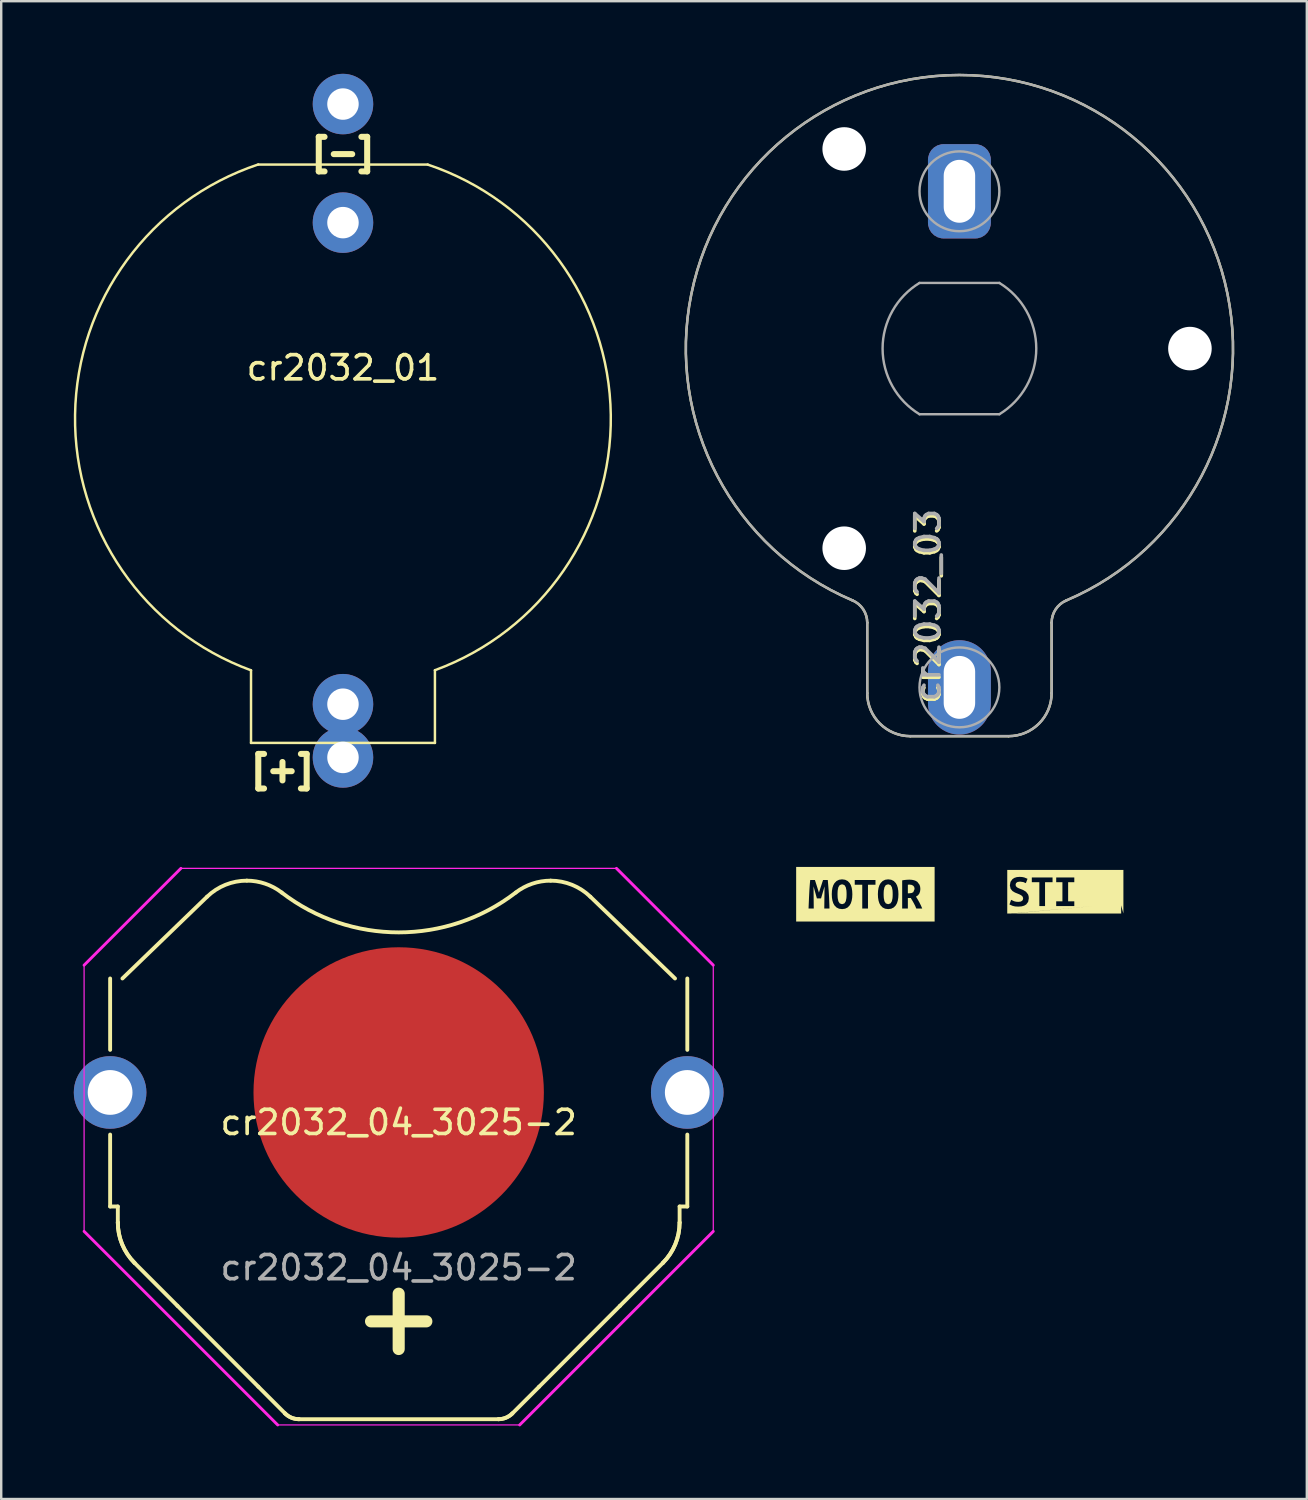
<source format=kicad_pcb>
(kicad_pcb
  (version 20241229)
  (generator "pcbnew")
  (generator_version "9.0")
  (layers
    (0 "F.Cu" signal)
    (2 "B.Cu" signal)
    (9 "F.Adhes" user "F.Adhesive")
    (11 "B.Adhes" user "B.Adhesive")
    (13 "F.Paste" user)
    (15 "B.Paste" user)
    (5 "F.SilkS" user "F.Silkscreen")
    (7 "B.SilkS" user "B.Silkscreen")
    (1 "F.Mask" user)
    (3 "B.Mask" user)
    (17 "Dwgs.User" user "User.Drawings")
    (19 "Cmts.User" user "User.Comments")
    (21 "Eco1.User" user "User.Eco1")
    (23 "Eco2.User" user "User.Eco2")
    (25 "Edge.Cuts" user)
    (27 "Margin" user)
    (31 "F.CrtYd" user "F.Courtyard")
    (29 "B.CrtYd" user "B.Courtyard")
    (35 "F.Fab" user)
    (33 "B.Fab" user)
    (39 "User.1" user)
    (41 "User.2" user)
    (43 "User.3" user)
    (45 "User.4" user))
  (footprint "cr2032_04_3025-2"
    (layer "F.Cu")
    (at 13.425 44.334)
    (property "Reference" "cr2032_04_3025-2" (at 0 -1 0) (layer "F.SilkS") (effects (font (size 1 1) (thickness 0.15))))
    (attr smd)
    (fp_line (start -11.924 -6.95) (end -11.924 -4) (stroke (width 0.16) (type solid)) (layer "F.SilkS"))
    (fp_line (start -11.924 -0.5) (end -11.924 2.473) (stroke (width 0.16) (type solid)) (layer "F.SilkS"))
    (fp_line (start -11.924 2.473) (end -11.606 2.473) (stroke (width 0.16) (type solid)) (layer "F.SilkS"))
    (fp_line (start -11.606 3.134) (end -11.606 2.473) (stroke (width 0.16) (type solid)) (layer "F.SilkS"))
    (fp_line (start -9.141 6.578) (end -10.914 4.804) (stroke (width 0.16) (type solid)) (layer "F.SilkS"))
    (fp_line (start -7.917 -10.329) (end -11.416 -6.95) (stroke (width 0.16) (type solid)) (layer "F.SilkS"))
    (fp_line (start -5.8 9.919) (end -9.141 6.578) (stroke (width 0.16) (type solid)) (layer "F.SilkS"))
    (fp_line (start -4.695 11.024) (end -5.8 9.919) (stroke (width 0.16) (type solid)) (layer "F.SilkS"))
    (fp_line (start 4.128 11.262) (end -4.122 11.262) (stroke (width 0.16) (type solid)) (layer "F.SilkS"))
    (fp_line (start 5.803 9.919) (end 4.698 11.024) (stroke (width 0.16) (type solid)) (layer "F.SilkS"))
    (fp_line (start 5.803 9.919) (end 9.144 6.578) (stroke (width 0.16) (type solid)) (layer "F.SilkS"))
    (fp_line (start 10.917 4.804) (end 9.144 6.578) (stroke (width 0.16) (type solid)) (layer "F.SilkS"))
    (fp_line (start 11.419 -6.95) (end 7.92 -10.329) (stroke (width 0.16) (type solid)) (layer "F.SilkS"))
    (fp_line (start 11.609 2.473) (end 11.609 3.134) (stroke (width 0.16) (type solid)) (layer "F.SilkS"))
    (fp_line (start 11.927 -4) (end 11.927 -6.95) (stroke (width 0.16) (type solid)) (layer "F.SilkS"))
    (fp_line (start 11.927 2.473) (end 11.609 2.473) (stroke (width 0.16) (type solid)) (layer "F.SilkS"))
    (fp_line (start 11.927 2.473) (end 11.927 -0.5) (stroke (width 0.16) (type solid)) (layer "F.SilkS"))
    (fp_arc (start -10.914186 4.804186) (mid -11.426203 4.037898) (end -11.606 3.134) (stroke (width 0.16) (type solid)) (layer "F.SilkS"))
    (fp_arc (start -10.914186 4.804186) (mid -11.426203 4.037898) (end -11.606 3.134) (stroke (width 0.16) (type solid)) (layer "F.SilkS"))
    (fp_arc (start -7.916842 -10.329023) (mid -7.160859 -10.819992) (end -6.276 -10.992) (stroke (width 0.16) (type solid)) (layer "F.SilkS"))
    (fp_arc (start -6.275306 -10.992203) (mid -5.513989 -10.865921) (end -4.834 -10.501) (stroke (width 0.16) (type solid)) (layer "F.SilkS"))
    (fp_arc (start -4.12 11.262173) (mid -4.431188 11.200274) (end -4.695 11.024) (stroke (width 0.16) (type solid)) (layer "F.SilkS"))
    (fp_arc (start -4.12 11.262173) (mid -4.431188 11.200274) (end -4.695 11.024) (stroke (width 0.16) (type solid)) (layer "F.SilkS"))
    (fp_arc (start 4.697878 11.023878) (mid 4.434122 11.200114) (end 4.123 11.262) (stroke (width 0.16) (type solid)) (layer "F.SilkS"))
    (fp_arc (start 4.697878 11.023878) (mid 4.434122 11.200114) (end 4.123 11.262) (stroke (width 0.16) (type solid)) (layer "F.SilkS"))
    (fp_arc (start 4.837674 -10.501262) (mid 5.517711 -10.865952) (end 6.279 -10.992) (stroke (width 0.16) (type solid)) (layer "F.SilkS"))
    (fp_arc (start 4.838444 -10.501342) (mid 0.00228 -8.854551) (end -4.834 -10.501) (stroke (width 0.16) (type solid)) (layer "F.SilkS"))
    (fp_arc (start 6.27913 -10.992093) (mid 7.164014 -10.82003) (end 7.92 -10.329) (stroke (width 0.16) (type solid)) (layer "F.SilkS"))
    (fp_arc (start 11.608737 3.134) (mid 11.42896 4.037798) (end 10.917 4.804) (stroke (width 0.16) (type solid)) (layer "F.SilkS"))
    (fp_arc (start 11.608737 3.134) (mid 11.42896 4.037798) (end 10.917 4.804) (stroke (width 0.16) (type solid)) (layer "F.SilkS"))
    (fp_line (start -13 3.5) (end -13 -7.5) (stroke (width 0.05) (type solid)) (layer "F.CrtYd"))
    (fp_line (start -13 3.5) (end -5 11.5) (stroke (width 0.12) (type solid)) (layer "F.CrtYd"))
    (fp_line (start -9 -11.5) (end -13 -7.5) (stroke (width 0.12) (type solid)) (layer "F.CrtYd"))
    (fp_line (start -9 -11.5) (end 9 -11.5) (stroke (width 0.05) (type solid)) (layer "F.CrtYd"))
    (fp_line (start 5 11.5) (end -5 11.5) (stroke (width 0.05) (type solid)) (layer "F.CrtYd"))
    (fp_line (start 9 -11.5) (end 13 -7.5) (stroke (width 0.12) (type solid)) (layer "F.CrtYd"))
    (fp_line (start 13 -7.5) (end 13 3.5) (stroke (width 0.05) (type solid)) (layer "F.CrtYd"))
    (fp_line (start 13 3.5) (end 5 11.5) (stroke (width 0.12) (type solid)) (layer "F.CrtYd"))
    (fp_text user "+" (at 0 7 0) (layer "F.SilkS") (effects (font (size 3 3) (thickness 0.5))))
    (fp_text user "${REFERENCE}" (at 0 5 0) (layer "F.Fab") (effects (font (size 1 1) (thickness 0.15))))
    (pad "1" smd circle (at 0 -2.24) (size 12 12) (layers "F.Cu" "F.Mask" "F.Paste"))
    (pad "2" thru_hole circle (at -11.925 -2.24) (size 3 3) (drill 1.85) (layers "*.Cu" "*.Mask"))
    (pad "2" thru_hole circle (at 11.925 -2.24) (size 3 3) (drill 1.85) (layers "*.Cu" "*.Mask")))
  (footprint "cr2032_01"
    (layer "F.Cu")
    (at 11.123 14.25)
    (property "Reference" "cr2032_01" (at 0 -2.1 0) (layer "F.SilkS") (effects (font (size 1 1) (thickness 0.15))))
    (attr through_hole)
    (fp_line (start -3.8 10.4) (end -3.8 13.4) (stroke (width 0.102) (type solid)) (layer "F.SilkS"))
    (fp_line (start -3.8 13.4) (end 3.8 13.4) (stroke (width 0.102) (type solid)) (layer "F.SilkS"))
    (fp_line (start -3.5 -10.5) (end 3.5 -10.5) (stroke (width 0.102) (type solid)) (layer "F.SilkS"))
    (fp_line (start 3.8 13.4) (end 3.8 10.4) (stroke (width 0.102) (type solid)) (layer "F.SilkS"))
    (fp_arc (start -3.8 10.4) (mid -11.071359 -0.158129) (end -3.50143 -10.504284) (stroke (width 0.1016) (type solid)) (layer "F.SilkS"))
    (fp_arc (start 3.5 -10.5) (mid 11.066843 -0.158065) (end 3.79845 10.395758) (stroke (width 0.1016) (type solid)) (layer "F.SilkS"))
    (fp_text user "[+]" (at -2.5 14.5 0) (layer "F.SilkS") (effects (font (size 1 1) (thickness 0.25))))
    (fp_text user "[-]" (at 0 -11 0) (layer "F.SilkS") (effects (font (size 1 1) (thickness 0.25))))
    (pad "1" thru_hole circle (at 0 -13) (size 2.5 2.5) (drill 1.3) (layers "*.Cu" "*.Mask"))
    (pad "1" thru_hole circle (at 0 -8.1) (size 2.5 2.5) (drill 1.3) (layers "*.Cu" "*.Mask"))
    (pad "2" thru_hole circle (at 0 11.8) (size 2.5 2.5) (drill 1.3) (layers "*.Cu" "*.Mask"))
    (pad "2" thru_hole circle (at 0 14) (size 2.5 2.5) (drill 1.3) (layers "*.Cu" "*.Mask")))
  (footprint "cr2032_03"
    (layer "F.Cu")
    (at 36.597 11.355)
    (property "Reference" "cr2032_03" (at -1.3 10.7 90) (layer "F.SilkS") (effects (font (size 1 1) (thickness 0.15))))
    (attr smd)
    (fp_line (start -3.81 11.326) (end -3.81 14.236) (stroke (width 0.1) (type solid)) (layer "F.SilkS"))
    (fp_line (start -2.03 16.016) (end 2.03 16.016) (stroke (width 0.1) (type solid)) (layer "F.SilkS"))
    (fp_line (start 3.81 11.326) (end 3.81 14.236) (stroke (width 0.1) (type solid)) (layer "F.SilkS"))
    (fp_arc (start -4.419269 10.405495) (mid -3.976114 10.774063) (end -3.81 11.326) (stroke (width 0.1) (type solid)) (layer "F.SilkS"))
    (fp_arc (start -4.415755 10.407378) (mid -0.001763 -11.305415) (end 4.419 10.406) (stroke (width 0.1) (type solid)) (layer "F.SilkS"))
    (fp_arc (start -2.03 16.016) (mid -3.28865 15.49465) (end -3.81 14.236) (stroke (width 0.1) (type solid)) (layer "F.SilkS"))
    (fp_arc (start 3.81 14.236) (mid 3.28865 15.49465) (end 2.03 16.016) (stroke (width 0.1) (type solid)) (layer "F.SilkS"))
    (fp_arc (start 3.81036 11.326445) (mid 3.976169 10.774633) (end 4.419 10.406) (stroke (width 0.1) (type solid)) (layer "F.SilkS"))
    (fp_line (start -3.81 11.326) (end -3.81 14.236) (stroke (width 0.1) (type solid)) (layer "F.Fab"))
    (fp_line (start -2.03 16.016) (end 2.03 16.016) (stroke (width 0.1) (type solid)) (layer "F.Fab"))
    (fp_line (start -1.65 2.713) (end 1.65 2.713) (stroke (width 0.1) (type solid)) (layer "F.Fab"))
    (fp_line (start 1.65 -2.713) (end -1.65 -2.713) (stroke (width 0.1) (type solid)) (layer "F.Fab"))
    (fp_line (start 3.81 11.326) (end 3.81 14.236) (stroke (width 0.1) (type solid)) (layer "F.Fab"))
    (fp_arc (start -4.419269 10.405495) (mid -3.976114 10.774063) (end -3.81 11.326) (stroke (width 0.1) (type solid)) (layer "F.Fab"))
    (fp_arc (start -4.415755 10.407378) (mid -0.001763 -11.305415) (end 4.419 10.406) (stroke (width 0.1) (type solid)) (layer "F.Fab"))
    (fp_arc (start -2.03 16.016) (mid -3.28865 15.49465) (end -3.81 14.236) (stroke (width 0.1) (type solid)) (layer "F.Fab"))
    (fp_arc (start -1.649313 2.713417) (mid -3.175353 0.000402) (end -1.65 -2.713) (stroke (width 0.1) (type solid)) (layer "F.Fab"))
    (fp_arc (start 1.649313 -2.713417) (mid 3.175353 -0.000402) (end 1.65 2.713) (stroke (width 0.1) (type solid)) (layer "F.Fab"))
    (fp_arc (start 3.81 14.236) (mid 3.28865 15.49465) (end 2.03 16.016) (stroke (width 0.1) (type solid)) (layer "F.Fab"))
    (fp_arc (start 3.81036 11.326445) (mid 3.976169 10.774633) (end 4.419 10.406) (stroke (width 0.1) (type solid)) (layer "F.Fab"))
    (fp_circle (center -4.762 -8.249) (end -3.962 -8.249) (stroke (width 0.1) (type solid)) (fill no) (layer "F.Fab"))
    (fp_circle (center -4.762 8.249) (end -3.962 8.249) (stroke (width 0.1) (type solid)) (fill no) (layer "F.Fab"))
    (fp_circle (center 0 -6.5) (end 1.65 -6.5) (stroke (width 0.1) (type solid)) (fill no) (layer "F.Fab"))
    (fp_circle (center 0 14) (end 1.65 14) (stroke (width 0.1) (type solid)) (fill no) (layer "F.Fab"))
    (fp_circle (center 9.525 0) (end 10.325 0) (stroke (width 0.1) (type solid)) (fill no) (layer "F.Fab"))
    (fp_text user "${REFERENCE}" (at -1.3 10.6 90) (layer "F.Fab") (effects (font (size 1 1) (thickness 0.15))))
    (pad "" np_thru_hole circle (at -4.762 -8.249) (size 1.8 1.8) (drill 1.8) (layers "*.Cu" "*.Mask"))
    (pad "" np_thru_hole circle (at -4.762 8.249) (size 1.8 1.8) (drill 1.8) (layers "*.Cu" "*.Mask"))
    (pad "" np_thru_hole circle (at 9.525 0) (size 1.8 1.8) (drill 1.8) (layers "*.Cu" "*.Mask"))
    (pad "1" thru_hole oval (at 0 14) (size 2.6 3.9) (drill oval 1.3 2.6) (layers "*.Cu" "*.Mask"))
    (pad "2" thru_hole roundrect (at 0 -6.5) (size 2.6 3.9) (drill oval 1.3 2.6) (layers "*.Cu" "*.Mask") (roundrect_rratio 0.25)))
  (footprint "label_sting"
    (layer "F.Cu")
    (at 40.973 33.8)
    (property "Reference" "label_sting" (at 0 -1.026 0) (layer "F.SilkS") (effects (font (size 0.001 0.001) (thickness 0.000003))))
    (attr exclude_from_pos_files exclude_from_bom)
    (fp_poly (pts (xy -2.3 -0.9) (xy -2.184 -0.522) (xy -2.103 -0.574) (xy -2.005 -0.605) (xy -1.888 -0.615) (xy -1.786 -0.609) (xy -1.698 -0.591) (xy -1.562 -0.535) (xy -1.631 -0.354) (xy -1.736 -0.4) (xy -1.871 -0.419) (xy -1.974 -0.404) (xy -2.037 -0.359) (xy -2.057 -0.284) (xy -2.038 -0.224) (xy -1.99 -0.178) (xy -1.923 -0.143) (xy -1.85 -0.114) (xy -1.735 -0.068) (xy -1.624 0.001) (xy -1.541 0.108) (xy -1.074 0.591) (xy -1.074 -0.394) (xy -1.385 -0.394) (xy -1.385 -0.589) (xy -0.528 -0.589) (xy -0.528 -0.394) (xy -0.838 -0.394) (xy -0.838 0.591) (xy -1.074 0.591) (xy -1.541 0.108) (xy -1.517 0.18) (xy -1.509 0.269) (xy -1.536 0.416) (xy -1.616 0.525) (xy -1.701 0.575) (xy -1.809 0.605) (xy -1.943 0.615) (xy -2.075 0.607) (xy -2.177 0.584) (xy -2.309 0.526) (xy -2.24 0.335) (xy -2.117 0.392) (xy -2.038 0.412) (xy -1.943 0.419) (xy -1.845 0.407) (xy -1.783 0.372) (xy -1.752 0.323) (xy -1.743 0.267) (xy -1.764 0.202) (xy -1.817 0.151) (xy -1.89 0.111) (xy -1.97 0.078) (xy -2.08 0.034) (xy -2.184 -0.029) (xy -2.261 -0.123) (xy -2.292 -0.263) (xy -2.265 -0.411) (xy -2.184 -0.522) (xy -2.3 -0.9) (xy -2.4 -0.9) (xy -2.4 0.9) (xy -0.377 0.591) (xy -0.377 0.396) (xy -0.12 0.396) (xy -0.12 -0.394) (xy -0.377 -0.394) (xy -0.377 -0.589) (xy 0.371 -0.589) (xy 0.371 -0.394) (xy 0.116 -0.394) (xy 0.116 0.396) (xy 0.371 0.396) (xy 0.371 0.591) (xy -0.377 0.591) (xy -2.4 0.9) (xy -2.2 0.9) (xy 1.149 0.591) (xy 1.094 0.46) (xy 1.036 0.329) (xy 0.974 0.199) (xy 0.91 0.069) (xy 0.842 -0.062) (xy 0.772 -0.192) (xy 0.772 0.591) (xy 0.56 0.591) (xy 0.56 -0.589) (xy 0.749 -0.589) (xy 0.802 -0.501) (xy 0.855 -0.407) (xy 0.908 -0.309) (xy 0.959 -0.211) (xy 1.008 -0.116) (xy 1.053 -0.023) (xy 1.092 0.063) (xy 1.126 0.137) (xy 1.126 -0.589) (xy 1.337 -0.589) (xy 1.337 0.591) (xy 1.149 0.591) (xy -2.254 0.9) (xy 2.4 0.9) (xy 2.303 0.562) (xy 2.173 0.596) (xy 2.075 0.611) (xy 1.958 0.615) (xy 1.853 0.606) (xy 1.759 0.576) (xy 1.677 0.528) (xy 1.608 0.46) (xy 1.552 0.373) (xy 1.511 0.268) (xy 1.485 0.143) (xy 1.476 0) (xy 1.486 -0.142) (xy 1.516 -0.266) (xy 1.564 -0.372) (xy 1.625 -0.459) (xy 1.7 -0.527) (xy 1.787 -0.576) (xy 1.884 -0.606) (xy 1.987 -0.615) (xy 2.11 -0.605) (xy 2.204 -0.581) (xy 2.27 -0.552) (xy 2.309 -0.53) (xy 2.248 -0.343) (xy 2.145 -0.391) (xy 2.019 -0.411) (xy 1.878 -0.381) (xy 1.784 -0.296) (xy 1.731 -0.167) (xy 1.719 -0.087) (xy 1.714 0) (xy 1.722 0.129) (xy 1.744 0.232) (xy 1.781 0.311) (xy 1.864 0.386) (xy 1.977 0.411) (xy 2.023 0.41) (xy 2.069 0.404) (xy 2.069 -0.027) (xy 2.303 -0.027) (xy 2.303 0.562) (xy 2.309 0.9) (xy 2.4 0.9) (xy 2.4 -0.9) (xy 2.309 -0.9) (xy -2.309 -0.9)) (stroke (width 0) (type solid)) (fill yes) (layer "F.SilkS")))
  (footprint "label_Motor"
    (layer "F.Cu")
    (at 32.711 33.903)
    (property "Reference" "label_Motor" (at 0 -1.128 0) (layer "F.SilkS") (effects (font (size 0.001 0.001) (thickness 0.000003))))
    (attr exclude_from_pos_files exclude_from_bom)
    (fp_poly (pts (xy 2.033 -0.217) (xy 2.018 -0.298) (xy 1.975 -0.354) (xy 1.909 -0.387) (xy 1.825 -0.398) (xy 1.793 -0.397) (xy 1.755 -0.392) (xy 1.755 -0.038) (xy 1.806 -0.038) (xy 1.909 -0.05) (xy 1.979 -0.085) (xy 2.033 -0.217)) (stroke (width 0) (type solid)) (fill yes) (layer "F.SilkS"))
    (fp_poly (pts (xy -1.151 0) (xy -1.149 0.083) (xy -1.144 0.161) (xy -1.117 0.291) (xy -1.061 0.379) (xy -0.964 0.411) (xy -0.868 0.379) (xy -0.811 0.291) (xy -0.784 0.16) (xy -0.779 0.083) (xy -0.777 0) (xy -0.779 -0.083) (xy -0.784 -0.161) (xy -0.811 -0.291) (xy -0.867 -0.379) (xy -0.964 -0.411) (xy -1.061 -0.379) (xy -1.117 -0.291) (xy -1.144 -0.16) (xy -1.149 -0.083) (xy -1.151 0)) (stroke (width 0) (type solid)) (fill yes) (layer "F.SilkS"))
    (fp_poly (pts (xy 0.754 0) (xy 0.756 0.083) (xy 0.761 0.161) (xy 0.788 0.291) (xy 0.844 0.379) (xy 0.941 0.411) (xy 1.037 0.379) (xy 1.094 0.291) (xy 1.121 0.16) (xy 1.126 0.083) (xy 1.128 0) (xy 1.126 -0.083) (xy 1.121 -0.161) (xy 1.094 -0.291) (xy 1.038 -0.379) (xy 0.941 -0.411) (xy 0.844 -0.379) (xy 0.788 -0.291) (xy 0.761 -0.16) (xy 0.756 -0.083) (xy 0.754 0)) (stroke (width 0) (type solid)) (fill yes) (layer "F.SilkS"))
    (fp_poly (pts (xy -2.349 -1.128) (xy -2.086 -0.589) (xy -2.053 -0.486) (xy -2.01 -0.351) (xy -1.964 -0.204) (xy -1.92 -0.067) (xy -1.873 -0.212) (xy -1.825 -0.357) (xy -1.783 -0.488) (xy -1.749 -0.589) (xy -1.554 -0.589) (xy -1.541 -0.436) (xy -1.529 -0.288) (xy -1.517 -0.142) (xy -1.508 0.003) (xy -1.389 0) (xy -1.382 -0.143) (xy -1.361 -0.267) (xy -1.326 -0.373) (xy -1.276 -0.46) (xy -1.192 -0.546) (xy -1.088 -0.598) (xy -0.964 -0.615) (xy -0.837 -0.598) (xy -0.731 -0.546) (xy -0.648 -0.46) (xy -0.6 -0.373) (xy -0.566 -0.267) (xy -0.13 -0.394) (xy -0.44 -0.394) (xy -0.44 -0.589) (xy 0.417 -0.589) (xy 0.417 -0.394) (xy 0.107 -0.394) (xy 0.516 0) (xy 0.523 -0.143) (xy 0.544 -0.267) (xy 0.579 -0.373) (xy 0.629 -0.46) (xy 0.713 -0.546) (xy 0.817 -0.598) (xy 0.941 -0.615) (xy 1.068 -0.598) (xy 1.174 -0.546) (xy 1.257 -0.46) (xy 1.305 -0.373) (xy 1.339 -0.267) (xy 1.359 -0.143) (xy 1.366 0) (xy 1.359 0.143) (xy 1.338 0.267) (xy 1.304 0.373) (xy 1.255 0.46) (xy 1.172 0.546) (xy 1.067 0.598) (xy 0.943 0.615) (xy 0.815 0.598) (xy 0.71 0.546) (xy 0.626 0.46) (xy 0.578 0.373) (xy 0.544 0.267) (xy 0.523 0.143) (xy 0.516 0) (xy 0.107 -0.394) (xy 0.107 0.591) (xy -0.13 0.591) (xy -0.13 -0.394) (xy -0.566 -0.267) (xy -0.546 -0.143) (xy -0.539 0) (xy -0.546 0.143) (xy -0.567 0.267) (xy -0.601 0.373) (xy -0.65 0.46) (xy -0.733 0.546) (xy -0.838 0.598) (xy -0.962 0.615) (xy -1.09 0.598) (xy -1.195 0.546) (xy -1.279 0.46) (xy -1.327 0.373) (xy -1.361 0.267) (xy -1.382 0.143) (xy -1.389 0) (xy -1.508 0.003) (xy -1.5 0.147) (xy -1.494 0.292) (xy -1.488 0.44) (xy -1.484 0.591) (xy -1.699 0.591) (xy -1.688 -0.326) (xy -1.833 0.173) (xy -2.004 0.173) (xy -2.143 -0.326) (xy -2.134 0.591) (xy -2.349 0.591) (xy -2.343 0.443) (xy -2.336 0.29) (xy -2.33 0.134) (xy -2.322 -0.021) (xy -2.314 -0.173) (xy -2.304 -0.32) (xy -2.293 -0.46) (xy -2.28 -0.589) (xy -2.086 -0.589) (xy -2.349 -1.128) (xy -2.861 -1.128) (xy -2.861 1.128) (xy -2.349 1.128) (xy 2.349 1.128) (xy 2.349 0.591) (xy 2.103 0.591) (xy 2.056 0.478) (xy 2.001 0.371) (xy 1.941 0.264) (xy 1.876 0.156) (xy 1.755 0.156) (xy 1.755 0.591) (xy 1.52 0.591) (xy 1.52 -0.572) (xy 1.595 -0.586) (xy 1.678 -0.595) (xy 1.758 -0.6) (xy 1.825 -0.602) (xy 1.921 -0.596) (xy 2.008 -0.579) (xy 2.084 -0.55) (xy 2.149 -0.509) (xy 2.239 -0.388) (xy 2.263 -0.308) (xy 2.271 -0.215) (xy 2.26 -0.117) (xy 2.229 -0.029) (xy 2.173 0.045) (xy 2.09 0.099) (xy 2.158 0.209) (xy 2.229 0.334) (xy 2.295 0.466) (xy 2.349 0.591) (xy 2.349 1.128) (xy 2.861 1.128) (xy 2.861 -1.128) (xy 2.349 -1.128) (xy -2.349 -1.128)) (stroke (width 0) (type solid)) (fill yes) (layer "F.SilkS")))
  (gr_rect
    (start -3 -3)
    (end 50.953 58.894)
    (stroke (width 0.1) (type default))
    (fill no)
    (layer "Edge.Cuts")))
</source>
